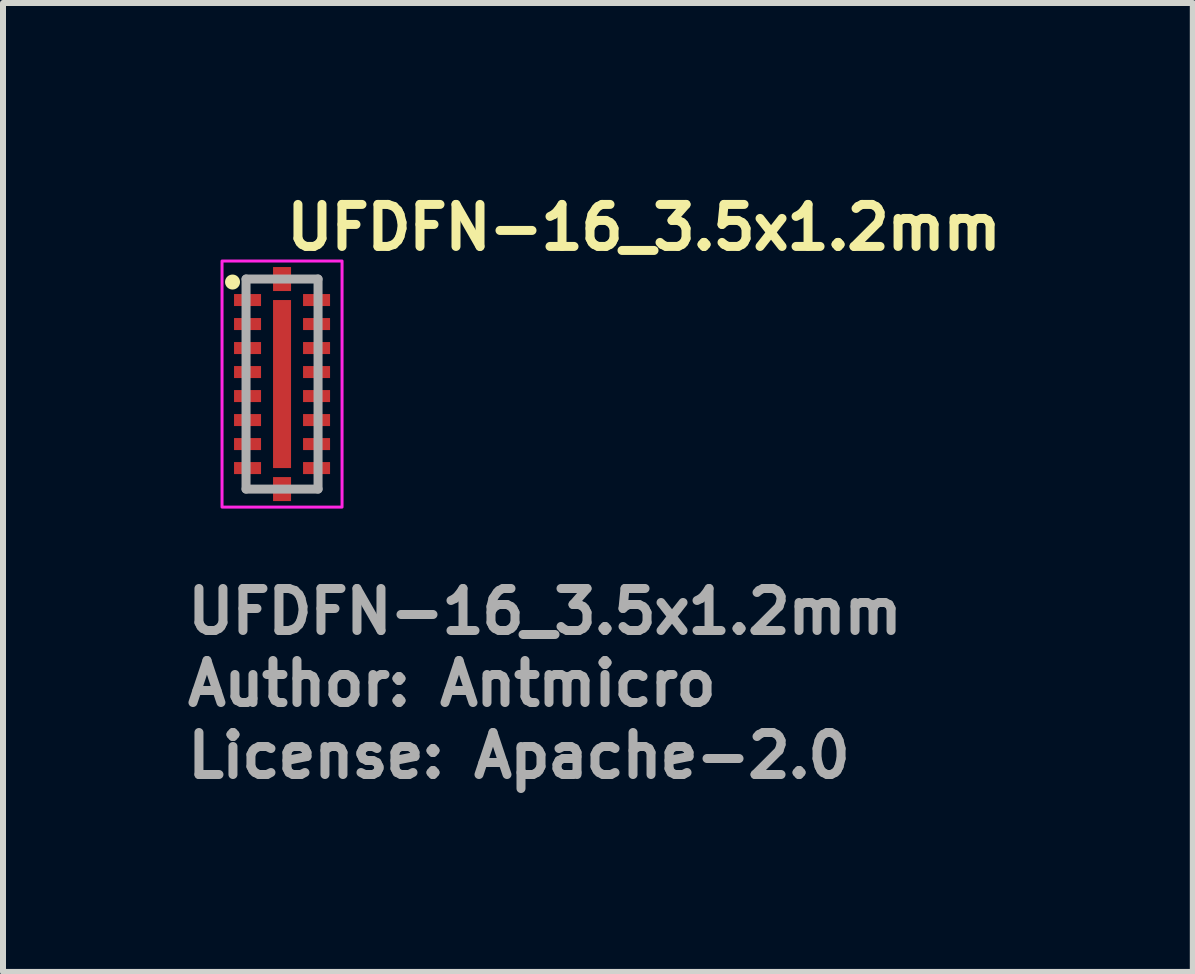
<source format=kicad_pcb>
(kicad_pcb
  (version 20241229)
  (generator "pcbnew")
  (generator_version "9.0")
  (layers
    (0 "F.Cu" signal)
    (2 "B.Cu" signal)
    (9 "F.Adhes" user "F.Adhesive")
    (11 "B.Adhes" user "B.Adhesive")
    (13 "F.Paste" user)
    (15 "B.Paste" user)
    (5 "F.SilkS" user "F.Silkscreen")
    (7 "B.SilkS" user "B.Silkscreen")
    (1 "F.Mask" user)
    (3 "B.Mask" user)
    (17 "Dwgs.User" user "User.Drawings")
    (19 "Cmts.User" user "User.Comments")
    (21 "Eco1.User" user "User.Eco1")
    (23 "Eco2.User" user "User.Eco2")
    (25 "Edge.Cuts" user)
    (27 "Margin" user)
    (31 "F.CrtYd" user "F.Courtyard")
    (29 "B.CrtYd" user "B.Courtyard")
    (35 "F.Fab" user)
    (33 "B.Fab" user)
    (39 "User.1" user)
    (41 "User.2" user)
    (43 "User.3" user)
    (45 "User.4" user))
  (footprint "UFDFN-16_3.5x1.2mm"
    (layer "F.Cu")
    (at 1.65 3.35)
    (property "Reference" "UFDFN-16_3.5x1.2mm" (at 0 -2.2 0) (layer "F.SilkS") (effects (font (size 0.7 0.7) (thickness 0.15)) (justify left bottom)))
    (attr smd)
    (fp_circle (center -0.825 -1.7) (end -0.775 -1.7) (stroke (width 0.15) (type solid)) (fill yes) (layer "F.SilkS"))
    (fp_rect (start -1 -2.05) (end 1 2.05) (stroke (width 0.05) (type solid)) (fill no) (layer "F.CrtYd"))
    (fp_line (start -0.6 -1.75) (end -0.6 1.75) (stroke (width 0.15) (type solid)) (layer "F.Fab"))
    (fp_line (start -0.6 1.75) (end 0.6 1.75) (stroke (width 0.15) (type solid)) (layer "F.Fab"))
    (fp_line (start 0.6 -1.75) (end -0.6 -1.75) (stroke (width 0.15) (type solid)) (layer "F.Fab"))
    (fp_line (start 0.6 1.75) (end 0.6 -1.75) (stroke (width 0.15) (type solid)) (layer "F.Fab"))
    (fp_rect (start -0.6 -1.75) (end 0.6 1.75) (stroke (width 0.1) (type solid)) (fill no) (layer "User.5"))
    (fp_line (start -0.6 -1.75) (end -0.6 -0.75) (stroke (width 0.02) (type solid)) (layer "User.9"))
    (fp_line (start -0.6 -0.75) (end -0.6 1.75) (stroke (width 0.02) (type solid)) (layer "User.9"))
    (fp_line (start -0.6 -0.75) (end -0.2 -0.75) (stroke (width 0.02) (type solid)) (layer "User.9"))
    (fp_line (start -0.6 1.75) (end 0.6 1.75) (stroke (width 0.02) (type solid)) (layer "User.9"))
    (fp_line (start -0.2 -1.75) (end -0.6 -1.75) (stroke (width 0.02) (type solid)) (layer "User.9"))
    (fp_line (start -0.2 -0.75) (end -0.2 -1.75) (stroke (width 0.02) (type solid)) (layer "User.9"))
    (fp_line (start 0.6 -1.75) (end -0.2 -1.75) (stroke (width 0.02) (type solid)) (layer "User.9"))
    (fp_line (start 0.6 1.75) (end 0.6 -1.75) (stroke (width 0.02) (type solid)) (layer "User.9"))
    (fp_text user "Author: Antmicro" (at -1.65 5.4 0) (layer "F.Fab") (effects (font (size 0.7 0.7) (thickness 0.15)) (justify left bottom)))
    (fp_text user "License: Apache-2.0" (at -1.65 6.6 0) (layer "F.Fab") (effects (font (size 0.7 0.7) (thickness 0.15)) (justify left bottom)))
    (fp_text user "${REFERENCE}" (at -1.65 4.2 0) (layer "F.Fab") (effects (font (size 0.7 0.7) (thickness 0.15)) (justify left bottom)))
    (pad "1" smd rect (at -0.575 -1.4 270) (size 0.2 0.45) (layers "F.Cu" "F.Mask" "F.Paste"))
    (pad "2" smd rect (at -0.575 -1 270) (size 0.2 0.45) (layers "F.Cu" "F.Mask" "F.Paste"))
    (pad "3" smd rect (at -0.575 -0.6 270) (size 0.2 0.45) (layers "F.Cu" "F.Mask" "F.Paste"))
    (pad "4" smd rect (at -0.575 -0.2 270) (size 0.2 0.45) (layers "F.Cu" "F.Mask" "F.Paste"))
    (pad "5" smd rect (at -0.575 0.2 270) (size 0.2 0.45) (layers "F.Cu" "F.Mask" "F.Paste"))
    (pad "6" smd rect (at -0.575 0.6 270) (size 0.2 0.45) (layers "F.Cu" "F.Mask" "F.Paste"))
    (pad "7" smd rect (at -0.575 1 270) (size 0.2 0.45) (layers "F.Cu" "F.Mask" "F.Paste"))
    (pad "8" smd rect (at -0.575 1.4 270) (size 0.2 0.45) (layers "F.Cu" "F.Mask" "F.Paste"))
    (pad "9" smd rect (at 0.575 1.4 270) (size 0.2 0.45) (layers "F.Cu" "F.Mask" "F.Paste"))
    (pad "10" smd rect (at 0.575 1 270) (size 0.2 0.45) (layers "F.Cu" "F.Mask" "F.Paste"))
    (pad "11" smd rect (at 0.575 0.6 270) (size 0.2 0.45) (layers "F.Cu" "F.Mask" "F.Paste"))
    (pad "12" smd rect (at 0.575 0.2 270) (size 0.2 0.45) (layers "F.Cu" "F.Mask" "F.Paste"))
    (pad "13" smd rect (at 0.575 -0.2 270) (size 0.2 0.45) (layers "F.Cu" "F.Mask" "F.Paste"))
    (pad "14" smd rect (at 0.575 -0.6 270) (size 0.2 0.45) (layers "F.Cu" "F.Mask" "F.Paste"))
    (pad "15" smd rect (at 0.575 -1 270) (size 0.2 0.45) (layers "F.Cu" "F.Mask" "F.Paste"))
    (pad "16" smd rect (at 0.575 -1.4 270) (size 0.2 0.45) (layers "F.Cu" "F.Mask" "F.Paste"))
    (pad "17" smd rect (at 0 -1.75 270) (size 0.4 0.3) (layers "F.Cu" "F.Mask" "F.Paste"))
    (pad "17" smd rect (at 0 0 270) (size 2.8 0.3) (layers "F.Cu" "F.Mask" "F.Paste"))
    (pad "17" smd rect (at 0 1.75 270) (size 0.4 0.3) (layers "F.Cu" "F.Mask" "F.Paste")))
  (gr_rect
    (start -3 -3)
    (end 16.827 13.146)
    (stroke (width 0.1) (type default))
    (fill no)
    (layer "Edge.Cuts")))
</source>
